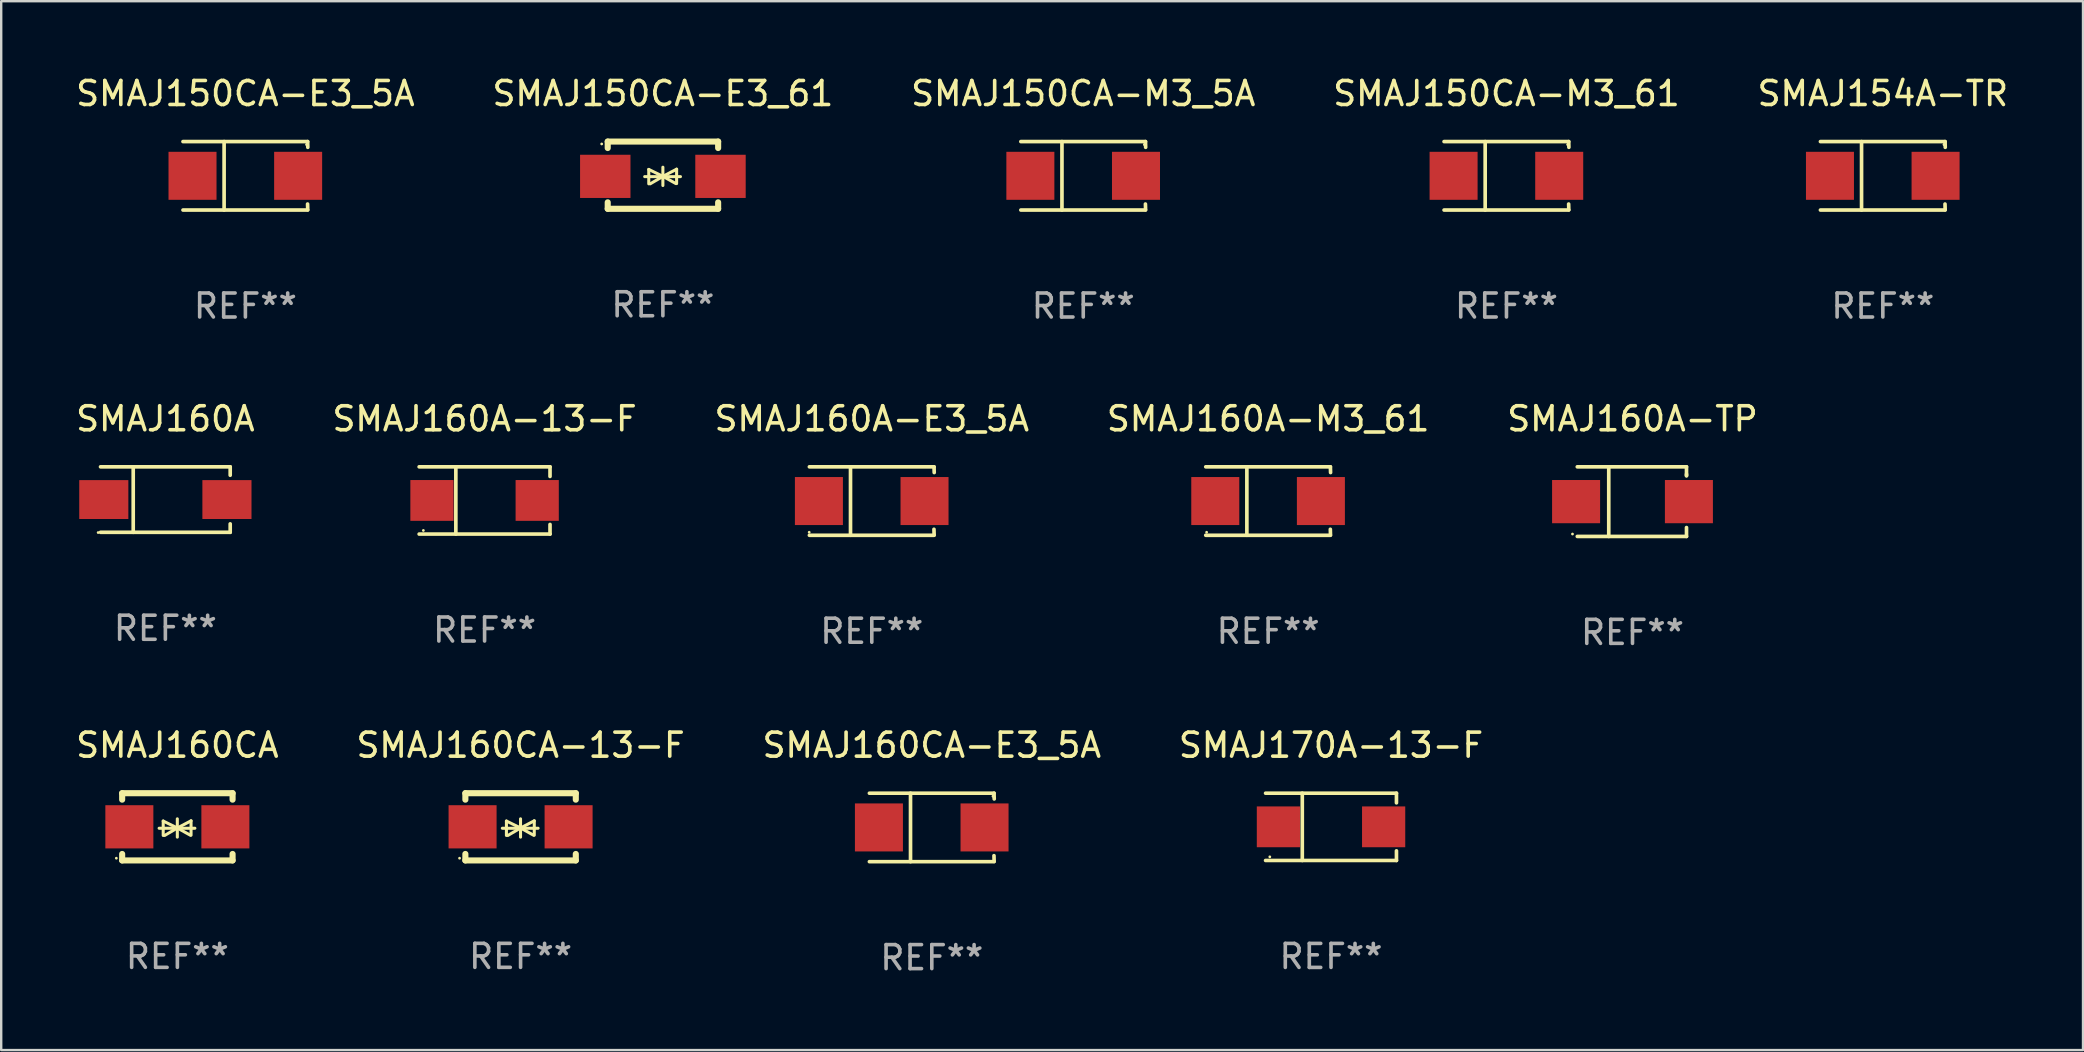
<source format=kicad_pcb>
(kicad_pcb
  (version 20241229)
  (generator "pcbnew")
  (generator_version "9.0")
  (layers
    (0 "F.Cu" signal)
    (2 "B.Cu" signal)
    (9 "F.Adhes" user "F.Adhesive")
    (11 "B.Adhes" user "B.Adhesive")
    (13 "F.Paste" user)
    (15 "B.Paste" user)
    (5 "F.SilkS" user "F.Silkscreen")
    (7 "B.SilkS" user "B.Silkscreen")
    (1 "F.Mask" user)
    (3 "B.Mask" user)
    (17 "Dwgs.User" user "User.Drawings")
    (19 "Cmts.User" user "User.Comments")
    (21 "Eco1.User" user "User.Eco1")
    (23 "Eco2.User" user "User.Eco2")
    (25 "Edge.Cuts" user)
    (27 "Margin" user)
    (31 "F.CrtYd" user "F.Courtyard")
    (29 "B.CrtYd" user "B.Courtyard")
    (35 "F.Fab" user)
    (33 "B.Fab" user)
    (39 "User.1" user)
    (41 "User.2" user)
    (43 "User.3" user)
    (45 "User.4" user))
  (footprint "SMAJ160A-TP"
    (layer "F.Cu")
    (at 64.958 17.847)
    (property "Reference" "SMAJ160A-TP" (at 0 -3.45 0) (layer "F.SilkS") (effects (font (size 1 1) (thickness 0.15))))
    (attr through_hole)
    (fp_line (start -2.3 -1.45) (end 2.25 -1.45) (stroke (width 0.152) (type solid)) (layer "F.SilkS"))
    (fp_line (start -0.989 -1.45) (end -0.989 1.45) (stroke (width 0.152) (type solid)) (layer "F.SilkS"))
    (fp_line (start 2.25 -1.45) (end 2.25 -1.08) (stroke (width 0.152) (type solid)) (layer "F.SilkS"))
    (fp_line (start 2.25 -1.08) (end 2.25 -1.142) (stroke (width 0.152) (type solid)) (layer "F.SilkS"))
    (fp_line (start 2.25 1.45) (end -2.3 1.45) (stroke (width 0.152) (type solid)) (layer "F.SilkS"))
    (fp_line (start 2.25 1.45) (end 2.25 1.08) (stroke (width 0.152) (type solid)) (layer "F.SilkS"))
    (fp_circle (center -2.5 1.35) (end -2.47 1.35) (stroke (width 0.06) (type solid)) (fill no) (layer "F.SilkS"))
    (fp_text user "REF**" (at 0 5.45 0) (layer "F.Fab") (effects (font (size 1 1) (thickness 0.15))))
    (pad "1" smd rect (at -2.35 0.000025) (size 2 1.8) (layers "F.Cu" "F.Mask" "F.Paste"))
    (pad "2" smd rect (at 2.35 0.000025) (size 2 1.8) (layers "F.Cu" "F.Mask" "F.Paste")))
  (footprint "SMAJ170A-13-F"
    (layer "F.Cu")
    (at 52.399 31.395)
    (property "Reference" "SMAJ170A-13-F" (at 0 -3.401 0) (layer "F.SilkS") (effects (font (size 1 1) (thickness 0.15))))
    (attr through_hole)
    (fp_line (start -2.726 -1.401) (end 2.726 -1.401) (stroke (width 0.152) (type solid)) (layer "F.SilkS"))
    (fp_line (start -2.726 1.401) (end 2.726 1.401) (stroke (width 0.152) (type solid)) (layer "F.SilkS"))
    (fp_line (start -1.197 -1.401) (end -1.197 1.401) (stroke (width 0.152) (type solid)) (layer "F.SilkS"))
    (fp_line (start 2.726 -1.401) (end 2.726 -1) (stroke (width 0.152) (type solid)) (layer "F.SilkS"))
    (fp_line (start 2.726 1.401) (end 2.726 1) (stroke (width 0.152) (type solid)) (layer "F.SilkS"))
    (fp_circle (center -2.55 1.25) (end -2.52 1.25) (stroke (width 0.06) (type solid)) (fill no) (layer "F.SilkS"))
    (fp_text user "REF**" (at 0 5.401 0) (layer "F.Fab") (effects (font (size 1 1) (thickness 0.15))))
    (pad "1" smd rect (at -2.192 0) (size 1.8 1.7) (layers "F.Cu" "F.Mask" "F.Paste"))
    (pad "2" smd rect (at 2.192 0) (size 1.8 1.7) (layers "F.Cu" "F.Mask" "F.Paste")))
  (footprint "SMAJ150CA-M3_5A"
    (layer "F.Cu")
    (at 42.077 4.274)
    (property "Reference" "SMAJ150CA-M3_5A" (at 0 -3.426 0) (layer "F.SilkS") (effects (font (size 1 1) (thickness 0.15))))
    (attr through_hole)
    (fp_line (start -2.6 -1.426) (end 2.593 -1.426) (stroke (width 0.152) (type solid)) (layer "F.SilkS"))
    (fp_line (start -2.6 1.426) (end 2.593 1.426) (stroke (width 0.152) (type solid)) (layer "F.SilkS"))
    (fp_line (start -0.887 -1.426) (end -0.887 1.426) (stroke (width 0.152) (type solid)) (layer "F.SilkS"))
    (fp_line (start 2.59 1.176) (end 2.597 1.415) (stroke (width 0.152) (type solid)) (layer "F.SilkS"))
    (fp_line (start 2.593 -1.426) (end 2.6 -1.187) (stroke (width 0.152) (type solid)) (layer "F.SilkS"))
    (fp_circle (center 2.547 -1.3) (end 2.577 -1.3) (stroke (width 0.06) (type solid)) (fill no) (layer "F.SilkS"))
    (fp_text user "REF**" (at 0 5.426 0) (layer "F.Fab") (effects (font (size 1 1) (thickness 0.15))))
    (pad "1" smd rect (at 2.197 -0.000025 180) (size 2 2) (layers "F.Cu" "F.Mask" "F.Paste"))
    (pad "2" smd rect (at -2.203 -0.000025 180) (size 2 2) (layers "F.Cu" "F.Mask" "F.Paste")))
  (footprint "SMAJ160A-13-F"
    (layer "F.Cu")
    (at 17.137 17.798)
    (property "Reference" "SMAJ160A-13-F" (at 0 -3.401 0) (layer "F.SilkS") (effects (font (size 1 1) (thickness 0.15))))
    (attr through_hole)
    (fp_line (start -2.726 -1.401) (end 2.726 -1.401) (stroke (width 0.152) (type solid)) (layer "F.SilkS"))
    (fp_line (start -2.726 1.401) (end 2.726 1.401) (stroke (width 0.152) (type solid)) (layer "F.SilkS"))
    (fp_line (start -1.197 -1.401) (end -1.197 1.401) (stroke (width 0.152) (type solid)) (layer "F.SilkS"))
    (fp_line (start 2.726 -1.401) (end 2.726 -1) (stroke (width 0.152) (type solid)) (layer "F.SilkS"))
    (fp_line (start 2.726 1.401) (end 2.726 1) (stroke (width 0.152) (type solid)) (layer "F.SilkS"))
    (fp_circle (center -2.55 1.25) (end -2.52 1.25) (stroke (width 0.06) (type solid)) (fill no) (layer "F.SilkS"))
    (fp_text user "REF**" (at 0 5.401 0) (layer "F.Fab") (effects (font (size 1 1) (thickness 0.15))))
    (pad "1" smd rect (at -2.192 0) (size 1.8 1.7) (layers "F.Cu" "F.Mask" "F.Paste"))
    (pad "2" smd rect (at 2.192 0) (size 1.8 1.7) (layers "F.Cu" "F.Mask" "F.Paste")))
  (footprint "SMAJ160A"
    (layer "F.Cu")
    (at 3.839 17.761)
    (property "Reference" "SMAJ160A" (at 0 -3.364 0) (layer "F.SilkS") (effects (font (size 1 1) (thickness 0.15))))
    (attr through_hole)
    (fp_line (start -2.701 -1.364) (end 2.701 -1.364) (stroke (width 0.152) (type solid)) (layer "F.SilkS"))
    (fp_line (start -2.701 1.364) (end 2.701 1.364) (stroke (width 0.152) (type solid)) (layer "F.SilkS"))
    (fp_line (start -1.339 -1.364) (end -1.339 1.364) (stroke (width 0.152) (type solid)) (layer "F.SilkS"))
    (fp_line (start 2.701 -1.364) (end 2.701 -1.013) (stroke (width 0.152) (type solid)) (layer "F.SilkS"))
    (fp_line (start 2.701 1.364) (end 2.701 1.013) (stroke (width 0.152) (type solid)) (layer "F.SilkS"))
    (fp_circle (center -2.8 1.375) (end -2.77 1.375) (stroke (width 0.06) (type solid)) (fill no) (layer "F.SilkS"))
    (fp_text user "REF**" (at 0 5.364 0) (layer "F.Fab") (effects (font (size 1 1) (thickness 0.15))))
    (pad "1" smd rect (at -2.565 -0.000025) (size 2.046 1.62) (layers "F.Cu" "F.Mask" "F.Paste"))
    (pad "2" smd rect (at 2.565 -0.000025) (size 2.046 1.62) (layers "F.Cu" "F.Mask" "F.Paste")))
  (footprint "SMAJ160A-M3_61"
    (layer "F.Cu")
    (at 49.78 17.823)
    (property "Reference" "SMAJ160A-M3_61" (at 0 -3.426 0) (layer "F.SilkS") (effects (font (size 1 1) (thickness 0.15))))
    (attr through_hole)
    (fp_line (start -2.6 -1.426) (end 2.593 -1.426) (stroke (width 0.152) (type solid)) (layer "F.SilkS"))
    (fp_line (start -2.6 1.426) (end 2.593 1.426) (stroke (width 0.152) (type solid)) (layer "F.SilkS"))
    (fp_line (start -0.887 -1.426) (end -0.887 1.426) (stroke (width 0.152) (type solid)) (layer "F.SilkS"))
    (fp_line (start 2.59 1.176) (end 2.597 1.415) (stroke (width 0.152) (type solid)) (layer "F.SilkS"))
    (fp_line (start 2.593 -1.426) (end 2.6 -1.187) (stroke (width 0.152) (type solid)) (layer "F.SilkS"))
    (fp_circle (center -2.563 1.3) (end -2.533 1.3) (stroke (width 0.06) (type solid)) (fill no) (layer "F.SilkS"))
    (fp_text user "REF**" (at 0 5.426 0) (layer "F.Fab") (effects (font (size 1 1) (thickness 0.15))))
    (pad "1" smd rect (at -2.203 -0.000025 180) (size 2 2) (layers "F.Cu" "F.Mask" "F.Paste"))
    (pad "2" smd rect (at 2.197 -0.000025 180) (size 2 2) (layers "F.Cu" "F.Mask" "F.Paste")))
  (footprint "SMAJ160CA-E3_5A"
    (layer "F.Cu")
    (at 35.768 31.42)
    (property "Reference" "SMAJ160CA-E3_5A" (at 0 -3.426 0) (layer "F.SilkS") (effects (font (size 1 1) (thickness 0.15))))
    (attr through_hole)
    (fp_line (start -2.6 -1.426) (end 2.593 -1.426) (stroke (width 0.152) (type solid)) (layer "F.SilkS"))
    (fp_line (start -2.6 1.426) (end 2.593 1.426) (stroke (width 0.152) (type solid)) (layer "F.SilkS"))
    (fp_line (start -0.887 -1.426) (end -0.887 1.426) (stroke (width 0.152) (type solid)) (layer "F.SilkS"))
    (fp_line (start 2.59 1.176) (end 2.597 1.415) (stroke (width 0.152) (type solid)) (layer "F.SilkS"))
    (fp_line (start 2.593 -1.426) (end 2.6 -1.187) (stroke (width 0.152) (type solid)) (layer "F.SilkS"))
    (fp_circle (center 2.547 -1.3) (end 2.577 -1.3) (stroke (width 0.06) (type solid)) (fill no) (layer "F.SilkS"))
    (fp_text user "REF**" (at 0 5.426 0) (layer "F.Fab") (effects (font (size 1 1) (thickness 0.15))))
    (pad "1" smd rect (at 2.197 -0.000025 180) (size 2 2) (layers "F.Cu" "F.Mask" "F.Paste"))
    (pad "2" smd rect (at -2.203 -0.000025 180) (size 2 2) (layers "F.Cu" "F.Mask" "F.Paste")))
  (footprint "SMAJ160CA-13-F"
    (layer "F.Cu")
    (at 18.637 31.394)
    (property "Reference" "SMAJ160CA-13-F" (at 0 -3.4 0) (layer "F.SilkS") (effects (font (size 1 1) (thickness 0.15))))
    (attr through_hole)
    (fp_line (start -2.3 -1.4) (end -2.3 -1.131) (stroke (width 0.254) (type solid)) (layer "F.SilkS"))
    (fp_line (start -2.3 -1.4) (end 2.3 -1.4) (stroke (width 0.254) (type solid)) (layer "F.SilkS"))
    (fp_line (start -2.3 1.131) (end -2.3 1.4) (stroke (width 0.254) (type solid)) (layer "F.SilkS"))
    (fp_line (start -2.3 1.4) (end 2.3 1.4) (stroke (width 0.254) (type solid)) (layer "F.SilkS"))
    (fp_line (start -0.76 0.06) (end 0.73 0.06) (stroke (width 0.127) (type solid)) (layer "F.SilkS"))
    (fp_line (start -0.59 -0.24) (end -0.59 0.36) (stroke (width 0.127) (type solid)) (layer "F.SilkS"))
    (fp_line (start -0.59 -0.24) (end -0.002 0.049) (stroke (width 0.127) (type solid)) (layer "F.SilkS"))
    (fp_line (start -0.53 0.36) (end -0.002 0.049) (stroke (width 0.127) (type solid)) (layer "F.SilkS"))
    (fp_line (start -0.002 0.049) (end -0.002 -0.332) (stroke (width 0.127) (type solid)) (layer "F.SilkS"))
    (fp_line (start -0.002 0.049) (end -0.002 0.43) (stroke (width 0.127) (type solid)) (layer "F.SilkS"))
    (fp_line (start 0.54 0.35) (end -0.002 0.049) (stroke (width 0.127) (type solid)) (layer "F.SilkS"))
    (fp_line (start 0.57 -0.25) (end -0.002 0.049) (stroke (width 0.127) (type solid)) (layer "F.SilkS"))
    (fp_line (start 0.57 -0.25) (end 0.57 0.35) (stroke (width 0.127) (type solid)) (layer "F.SilkS"))
    (fp_line (start 2.3 -1.4) (end 2.3 -1.131) (stroke (width 0.254) (type solid)) (layer "F.SilkS"))
    (fp_line (start 2.3 1.131) (end 2.3 1.4) (stroke (width 0.254) (type solid)) (layer "F.SilkS"))
    (fp_circle (center -2.542 1.308) (end -2.512 1.308) (stroke (width 0.06) (type solid)) (fill no) (layer "F.SilkS"))
    (fp_text user "REF**" (at 0 5.4 0) (layer "F.Fab") (effects (font (size 1 1) (thickness 0.15))))
    (pad "1" smd rect (at -2 0) (size 2 1.8) (layers "F.Cu" "F.Mask" "F.Paste"))
    (pad "2" smd rect (at 2 0) (size 2 1.8) (layers "F.Cu" "F.Mask" "F.Paste")))
  (footprint "SMAJ150CA-M3_61"
    (layer "F.Cu")
    (at 59.708 4.274)
    (property "Reference" "SMAJ150CA-M3_61" (at 0 -3.426 0) (layer "F.SilkS") (effects (font (size 1 1) (thickness 0.15))))
    (attr through_hole)
    (fp_line (start -2.6 -1.426) (end 2.593 -1.426) (stroke (width 0.152) (type solid)) (layer "F.SilkS"))
    (fp_line (start -2.6 1.426) (end 2.593 1.426) (stroke (width 0.152) (type solid)) (layer "F.SilkS"))
    (fp_line (start -0.887 -1.426) (end -0.887 1.426) (stroke (width 0.152) (type solid)) (layer "F.SilkS"))
    (fp_line (start 2.59 1.176) (end 2.597 1.415) (stroke (width 0.152) (type solid)) (layer "F.SilkS"))
    (fp_line (start 2.593 -1.426) (end 2.6 -1.187) (stroke (width 0.152) (type solid)) (layer "F.SilkS"))
    (fp_circle (center 2.547 -1.3) (end 2.577 -1.3) (stroke (width 0.06) (type solid)) (fill no) (layer "F.SilkS"))
    (fp_text user "REF**" (at 0 5.426 0) (layer "F.Fab") (effects (font (size 1 1) (thickness 0.15))))
    (pad "1" smd rect (at 2.197 -0.000025 180) (size 2 2) (layers "F.Cu" "F.Mask" "F.Paste"))
    (pad "2" smd rect (at -2.203 -0.000025 180) (size 2 2) (layers "F.Cu" "F.Mask" "F.Paste")))
  (footprint "SMAJ160CA"
    (layer "F.Cu")
    (at 4.339 31.394)
    (property "Reference" "SMAJ160CA" (at 0 -3.4 0) (layer "F.SilkS") (effects (font (size 1 1) (thickness 0.15))))
    (attr through_hole)
    (fp_line (start -2.3 -1.4) (end -2.3 -1.131) (stroke (width 0.254) (type solid)) (layer "F.SilkS"))
    (fp_line (start -2.3 -1.4) (end 2.3 -1.4) (stroke (width 0.254) (type solid)) (layer "F.SilkS"))
    (fp_line (start -2.3 1.131) (end -2.3 1.4) (stroke (width 0.254) (type solid)) (layer "F.SilkS"))
    (fp_line (start -2.3 1.4) (end 2.3 1.4) (stroke (width 0.254) (type solid)) (layer "F.SilkS"))
    (fp_line (start -0.76 0.06) (end 0.73 0.06) (stroke (width 0.127) (type solid)) (layer "F.SilkS"))
    (fp_line (start -0.59 -0.24) (end -0.59 0.36) (stroke (width 0.127) (type solid)) (layer "F.SilkS"))
    (fp_line (start -0.59 -0.24) (end -0.002 0.049) (stroke (width 0.127) (type solid)) (layer "F.SilkS"))
    (fp_line (start -0.53 0.36) (end -0.002 0.049) (stroke (width 0.127) (type solid)) (layer "F.SilkS"))
    (fp_line (start -0.002 0.049) (end -0.002 -0.332) (stroke (width 0.127) (type solid)) (layer "F.SilkS"))
    (fp_line (start -0.002 0.049) (end -0.002 0.43) (stroke (width 0.127) (type solid)) (layer "F.SilkS"))
    (fp_line (start 0.54 0.35) (end -0.002 0.049) (stroke (width 0.127) (type solid)) (layer "F.SilkS"))
    (fp_line (start 0.57 -0.25) (end -0.002 0.049) (stroke (width 0.127) (type solid)) (layer "F.SilkS"))
    (fp_line (start 0.57 -0.25) (end 0.57 0.35) (stroke (width 0.127) (type solid)) (layer "F.SilkS"))
    (fp_line (start 2.3 -1.4) (end 2.3 -1.131) (stroke (width 0.254) (type solid)) (layer "F.SilkS"))
    (fp_line (start 2.3 1.131) (end 2.3 1.4) (stroke (width 0.254) (type solid)) (layer "F.SilkS"))
    (fp_circle (center -2.542 1.308) (end -2.512 1.308) (stroke (width 0.06) (type solid)) (fill no) (layer "F.SilkS"))
    (fp_text user "REF**" (at 0 5.4 0) (layer "F.Fab") (effects (font (size 1 1) (thickness 0.15))))
    (pad "1" smd rect (at -2 0) (size 2 1.8) (layers "F.Cu" "F.Mask" "F.Paste"))
    (pad "2" smd rect (at 2 0) (size 2 1.8) (layers "F.Cu" "F.Mask" "F.Paste")))
  (footprint "SMAJ150CA-E3_61"
    (layer "F.Cu")
    (at 24.565 4.248)
    (property "Reference" "SMAJ150CA-E3_61" (at 0 -3.4 0) (layer "F.SilkS") (effects (font (size 1 1) (thickness 0.15))))
    (attr through_hole)
    (fp_line (start -2.298 -1.4) (end -2.298 -1.131) (stroke (width 0.254) (type solid)) (layer "F.SilkS"))
    (fp_line (start -2.298 -1.4) (end 2.302 -1.4) (stroke (width 0.254) (type solid)) (layer "F.SilkS"))
    (fp_line (start -2.298 1.131) (end -2.298 1.4) (stroke (width 0.254) (type solid)) (layer "F.SilkS"))
    (fp_line (start -2.298 1.4) (end 2.302 1.4) (stroke (width 0.254) (type solid)) (layer "F.SilkS"))
    (fp_line (start -0.758 0.06) (end 0.732 0.06) (stroke (width 0.127) (type solid)) (layer "F.SilkS"))
    (fp_line (start -0.588 -0.24) (end -0.588 0.36) (stroke (width 0.127) (type solid)) (layer "F.SilkS"))
    (fp_line (start -0.588 -0.24) (end 0.000025 0.049) (stroke (width 0.127) (type solid)) (layer "F.SilkS"))
    (fp_line (start -0.528 0.36) (end 0.000025 0.049) (stroke (width 0.127) (type solid)) (layer "F.SilkS"))
    (fp_line (start 0.000025 0.049) (end 0.000025 -0.332) (stroke (width 0.127) (type solid)) (layer "F.SilkS"))
    (fp_line (start 0.000025 0.049) (end 0.000025 0.43) (stroke (width 0.127) (type solid)) (layer "F.SilkS"))
    (fp_line (start 0.542 0.35) (end 0.000025 0.049) (stroke (width 0.127) (type solid)) (layer "F.SilkS"))
    (fp_line (start 0.572 -0.25) (end 0.000025 0.049) (stroke (width 0.127) (type solid)) (layer "F.SilkS"))
    (fp_line (start 0.572 -0.25) (end 0.572 0.35) (stroke (width 0.127) (type solid)) (layer "F.SilkS"))
    (fp_line (start 2.302 -1.4) (end 2.302 -1.131) (stroke (width 0.254) (type solid)) (layer "F.SilkS"))
    (fp_line (start 2.302 1.131) (end 2.302 1.4) (stroke (width 0.254) (type solid)) (layer "F.SilkS"))
    (fp_circle (center -2.549 -1.301) (end -2.519 -1.301) (stroke (width 0.06) (type solid)) (fill no) (layer "F.SilkS"))
    (fp_text user "REF**" (at 0 5.4 0) (layer "F.Fab") (effects (font (size 1 1) (thickness 0.15))))
    (pad "1" smd rect (at -2.4 0.049) (size 2.1 1.8) (layers "F.Cu" "F.Mask" "F.Paste"))
    (pad "2" smd rect (at 2.4 0.049) (size 2.1 1.8) (layers "F.Cu" "F.Mask" "F.Paste")))
  (footprint "SMAJ150CA-E3_5A"
    (layer "F.Cu")
    (at 7.173 4.274)
    (property "Reference" "SMAJ150CA-E3_5A" (at 0 -3.426 0) (layer "F.SilkS") (effects (font (size 1 1) (thickness 0.15))))
    (attr through_hole)
    (fp_line (start -2.6 -1.426) (end 2.593 -1.426) (stroke (width 0.152) (type solid)) (layer "F.SilkS"))
    (fp_line (start -2.6 1.426) (end 2.593 1.426) (stroke (width 0.152) (type solid)) (layer "F.SilkS"))
    (fp_line (start -0.887 -1.426) (end -0.887 1.426) (stroke (width 0.152) (type solid)) (layer "F.SilkS"))
    (fp_line (start 2.59 1.176) (end 2.597 1.415) (stroke (width 0.152) (type solid)) (layer "F.SilkS"))
    (fp_line (start 2.593 -1.426) (end 2.6 -1.187) (stroke (width 0.152) (type solid)) (layer "F.SilkS"))
    (fp_circle (center 2.547 -1.3) (end 2.577 -1.3) (stroke (width 0.06) (type solid)) (fill no) (layer "F.SilkS"))
    (fp_text user "REF**" (at 0 5.426 0) (layer "F.Fab") (effects (font (size 1 1) (thickness 0.15))))
    (pad "1" smd rect (at 2.197 -0.000025 180) (size 2 2) (layers "F.Cu" "F.Mask" "F.Paste"))
    (pad "2" smd rect (at -2.203 -0.000025 180) (size 2 2) (layers "F.Cu" "F.Mask" "F.Paste")))
  (footprint "SMAJ160A-E3_5A"
    (layer "F.Cu")
    (at 33.268 17.823)
    (property "Reference" "SMAJ160A-E3_5A" (at 0 -3.426 0) (layer "F.SilkS") (effects (font (size 1 1) (thickness 0.15))))
    (attr through_hole)
    (fp_line (start -2.6 -1.426) (end 2.593 -1.426) (stroke (width 0.152) (type solid)) (layer "F.SilkS"))
    (fp_line (start -2.6 1.426) (end 2.593 1.426) (stroke (width 0.152) (type solid)) (layer "F.SilkS"))
    (fp_line (start -0.887 -1.426) (end -0.887 1.426) (stroke (width 0.152) (type solid)) (layer "F.SilkS"))
    (fp_line (start 2.59 1.176) (end 2.597 1.415) (stroke (width 0.152) (type solid)) (layer "F.SilkS"))
    (fp_line (start 2.593 -1.426) (end 2.6 -1.187) (stroke (width 0.152) (type solid)) (layer "F.SilkS"))
    (fp_circle (center -2.608 1.3) (end -2.578 1.3) (stroke (width 0.06) (type solid)) (fill no) (layer "F.SilkS"))
    (fp_text user "REF**" (at 0 5.426 0) (layer "F.Fab") (effects (font (size 1 1) (thickness 0.15))))
    (pad "1" smd rect (at -2.203 0 180) (size 2 2) (layers "F.Cu" "F.Mask" "F.Paste"))
    (pad "2" smd rect (at 2.197 0 180) (size 2 2) (layers "F.Cu" "F.Mask" "F.Paste")))
  (footprint "SMAJ154A-TR"
    (layer "F.Cu")
    (at 75.387 4.274)
    (property "Reference" "SMAJ154A-TR" (at 0 -3.426 0) (layer "F.SilkS") (effects (font (size 1 1) (thickness 0.15))))
    (attr through_hole)
    (fp_line (start -2.6 -1.426) (end 2.593 -1.426) (stroke (width 0.152) (type solid)) (layer "F.SilkS"))
    (fp_line (start -2.6 1.426) (end 2.593 1.426) (stroke (width 0.152) (type solid)) (layer "F.SilkS"))
    (fp_line (start -0.887 -1.426) (end -0.887 1.426) (stroke (width 0.152) (type solid)) (layer "F.SilkS"))
    (fp_line (start 2.59 1.176) (end 2.597 1.415) (stroke (width 0.152) (type solid)) (layer "F.SilkS"))
    (fp_line (start 2.593 -1.426) (end 2.6 -1.187) (stroke (width 0.152) (type solid)) (layer "F.SilkS"))
    (fp_circle (center 2.547 -1.3) (end 2.577 -1.3) (stroke (width 0.06) (type solid)) (fill no) (layer "F.SilkS"))
    (fp_text user "REF**" (at 0 5.426 0) (layer "F.Fab") (effects (font (size 1 1) (thickness 0.15))))
    (pad "1" smd rect (at 2.197 -0.000025 180) (size 2 2) (layers "F.Cu" "F.Mask" "F.Paste"))
    (pad "2" smd rect (at -2.203 -0.000025 180) (size 2 2) (layers "F.Cu" "F.Mask" "F.Paste")))
  (gr_rect
    (start -3 -3)
    (end 83.726 40.694)
    (stroke (width 0.1) (type default))
    (fill no)
    (layer "Edge.Cuts")))
</source>
